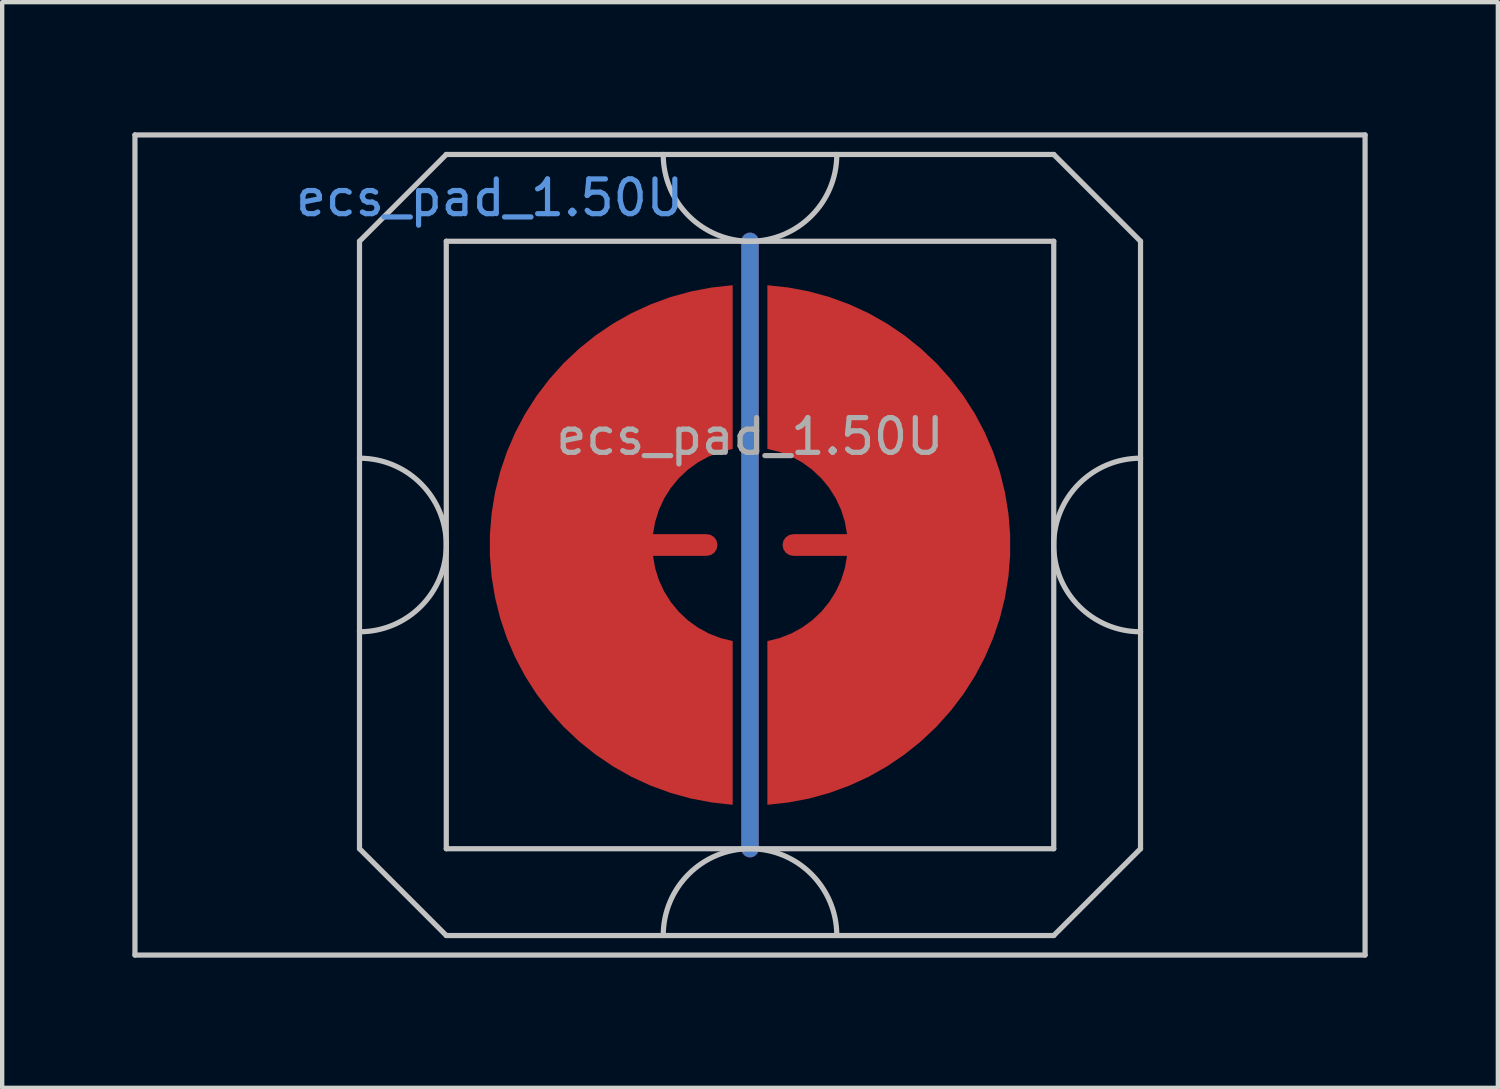
<source format=kicad_pcb>
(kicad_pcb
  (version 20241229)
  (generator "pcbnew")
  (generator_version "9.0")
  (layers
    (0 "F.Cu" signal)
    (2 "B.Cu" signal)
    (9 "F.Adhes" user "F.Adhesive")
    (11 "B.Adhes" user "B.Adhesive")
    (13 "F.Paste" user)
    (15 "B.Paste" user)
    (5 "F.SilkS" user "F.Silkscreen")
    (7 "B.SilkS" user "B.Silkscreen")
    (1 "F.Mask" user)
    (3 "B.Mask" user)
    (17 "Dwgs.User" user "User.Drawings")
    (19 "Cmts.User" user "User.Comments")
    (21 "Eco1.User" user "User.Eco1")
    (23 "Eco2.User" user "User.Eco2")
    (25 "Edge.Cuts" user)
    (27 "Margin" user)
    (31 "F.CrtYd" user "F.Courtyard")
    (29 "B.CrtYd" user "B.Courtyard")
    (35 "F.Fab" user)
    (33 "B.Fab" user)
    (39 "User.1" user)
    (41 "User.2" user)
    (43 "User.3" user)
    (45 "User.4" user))
  (footprint "ecs_pad_1.50U"
    (layer "F.Cu")
    (at 14.235 9.51)
    (property "Reference" "ecs_pad_1.50U" (at -6 -8 0) (layer "Cmts.User") (effects (font (size 0.8 0.8) (thickness 0.12))))
    (attr smd)
    (fp_line (start -14.175 -9.45) (end 14.175 -9.45) (stroke (width 0.12) (type solid)) (layer "Dwgs.User"))
    (fp_line (start -14.175 9.45) (end -14.175 -9.45) (stroke (width 0.12) (type solid)) (layer "Dwgs.User"))
    (fp_line (start -9 -7) (end -9 -2) (stroke (width 0.12) (type solid)) (layer "Dwgs.User"))
    (fp_line (start -9 -2) (end -9 2) (stroke (width 0.12) (type solid)) (layer "Dwgs.User"))
    (fp_line (start -9 2) (end -9 7) (stroke (width 0.12) (type solid)) (layer "Dwgs.User"))
    (fp_line (start -9 7) (end -7 9) (stroke (width 0.12) (type solid)) (layer "Dwgs.User"))
    (fp_line (start -7 -9) (end -9 -7) (stroke (width 0.12) (type solid)) (layer "Dwgs.User"))
    (fp_line (start -7 -7) (end -7 7) (stroke (width 0.12) (type solid)) (layer "Dwgs.User"))
    (fp_line (start -7 7) (end 7 7) (stroke (width 0.12) (type solid)) (layer "Dwgs.User"))
    (fp_line (start -7 9) (end 7 9) (stroke (width 0.12) (type solid)) (layer "Dwgs.User"))
    (fp_line (start 7 -9) (end -7 -9) (stroke (width 0.12) (type solid)) (layer "Dwgs.User"))
    (fp_line (start 7 -9) (end 9 -7) (stroke (width 0.12) (type solid)) (layer "Dwgs.User"))
    (fp_line (start 7 -7) (end -7 -7) (stroke (width 0.12) (type solid)) (layer "Dwgs.User"))
    (fp_line (start 7 7) (end 7 -7) (stroke (width 0.12) (type solid)) (layer "Dwgs.User"))
    (fp_line (start 7 9) (end 9 7) (stroke (width 0.12) (type solid)) (layer "Dwgs.User"))
    (fp_line (start 9 -2) (end 9 -7) (stroke (width 0.12) (type solid)) (layer "Dwgs.User"))
    (fp_line (start 9 -2) (end 9 2) (stroke (width 0.12) (type solid)) (layer "Dwgs.User"))
    (fp_line (start 9 7) (end 9 2) (stroke (width 0.12) (type solid)) (layer "Dwgs.User"))
    (fp_line (start 14.175 -9.45) (end 14.175 9.45) (stroke (width 0.12) (type solid)) (layer "Dwgs.User"))
    (fp_line (start 14.175 9.45) (end -14.175 9.45) (stroke (width 0.12) (type solid)) (layer "Dwgs.User"))
    (fp_arc (start -9 -2) (mid -7 0) (end -9 2) (stroke (width 0.12) (type solid)) (layer "Dwgs.User"))
    (fp_arc (start -2 9) (mid 0 7) (end 2 9) (stroke (width 0.12) (type solid)) (layer "Dwgs.User"))
    (fp_arc (start 2 -9) (mid 0 -7) (end -2 -9) (stroke (width 0.12) (type solid)) (layer "Dwgs.User"))
    (fp_arc (start 9 2) (mid 7 0) (end 9 -2) (stroke (width 0.12) (type solid)) (layer "Dwgs.User"))
    (fp_circle (center 0 0) (end 6.553 0) (stroke (width 0.12) (type solid)) (fill no) (layer "User.3"))
    (fp_text user "${REFERENCE}" (at 0 -2.5 0) (layer "F.Fab") (effects (font (size 0.8 0.8) (thickness 0.12))))
    (pad "1" smd custom (at -1 0) (size 0.4 0.4) (layers "F.Cu") (options (anchor circle)) (primitives (gr_poly (pts (xy 0.6 -2.214) (xy 0.32 -2.145) (xy 0.052 -2.041) (xy -0.201 -1.903) (xy -0.434 -1.734) (xy -0.644 -1.536) (xy -0.826 -1.314) (xy -0.979 -1.07) (xy -1.1 -0.808) (xy -1.186 -0.534) (xy -1.236 -0.25) (xy 0 -0.25) (xy 0.096 -0.231) (xy 0.177 -0.177) (xy 0.231 -0.096) (xy 0.25 0) (xy 0.231 0.096) (xy 0.177 0.177) (xy 0.096 0.231) (xy 0 0.25) (xy -1.236 0.25) (xy -1.186 0.534) (xy -1.1 0.808) (xy -0.979 1.07) (xy -0.826 1.314) (xy -0.644 1.536) (xy -0.434 1.734) (xy -0.201 1.903) (xy 0.052 2.041) (xy 0.32 2.145) (xy 0.6 2.214) (xy 0.6 5.987) (xy 0.115 5.934) (xy -0.364 5.843) (xy -0.834 5.713) (xy -1.292 5.545) (xy -1.735 5.341) (xy -2.159 5.101) (xy -2.563 4.827) (xy -2.943 4.522) (xy -3.298 4.187) (xy -3.623 3.824) (xy -3.919 3.436) (xy -4.182 3.025) (xy -4.41 2.594) (xy -4.603 2.147) (xy -4.759 1.684) (xy -4.876 1.211) (xy -4.955 0.73) (xy -4.995 0.244) (xy -4.995 -0.244) (xy -4.955 -0.73) (xy -4.876 -1.211) (xy -4.759 -1.684) (xy -4.603 -2.147) (xy -4.41 -2.594) (xy -4.182 -3.025) (xy -3.919 -3.436) (xy -3.623 -3.824) (xy -3.298 -4.187) (xy -2.943 -4.522) (xy -2.563 -4.827) (xy -2.159 -5.101) (xy -1.735 -5.341) (xy -1.292 -5.545) (xy -0.834 -5.713) (xy -0.364 -5.843) (xy 0.115 -5.934) (xy 0.6 -5.987)) (width 0) (fill yes))))
    (pad "2" smd custom (at 1 0 180) (size 0.4 0.4) (layers "F.Cu") (options (anchor circle)) (primitives (gr_poly (pts (xy 0.6 -2.214) (xy 0.32 -2.145) (xy 0.052 -2.041) (xy -0.201 -1.903) (xy -0.434 -1.734) (xy -0.644 -1.536) (xy -0.826 -1.314) (xy -0.979 -1.07) (xy -1.1 -0.808) (xy -1.186 -0.534) (xy -1.236 -0.25) (xy 0 -0.25) (xy 0.096 -0.231) (xy 0.177 -0.177) (xy 0.231 -0.096) (xy 0.25 0) (xy 0.231 0.096) (xy 0.177 0.177) (xy 0.096 0.231) (xy 0 0.25) (xy -1.236 0.25) (xy -1.186 0.534) (xy -1.1 0.808) (xy -0.979 1.07) (xy -0.826 1.314) (xy -0.644 1.536) (xy -0.434 1.734) (xy -0.201 1.903) (xy 0.052 2.041) (xy 0.32 2.145) (xy 0.6 2.214) (xy 0.6 5.987) (xy 0.115 5.934) (xy -0.364 5.843) (xy -0.834 5.713) (xy -1.292 5.545) (xy -1.735 5.341) (xy -2.159 5.101) (xy -2.563 4.827) (xy -2.943 4.522) (xy -3.298 4.187) (xy -3.623 3.824) (xy -3.919 3.436) (xy -4.182 3.025) (xy -4.41 2.594) (xy -4.603 2.147) (xy -4.759 1.684) (xy -4.876 1.211) (xy -4.955 0.73) (xy -4.995 0.244) (xy -4.995 -0.244) (xy -4.955 -0.73) (xy -4.876 -1.211) (xy -4.759 -1.684) (xy -4.603 -2.147) (xy -4.41 -2.594) (xy -4.182 -3.025) (xy -3.919 -3.436) (xy -3.623 -3.824) (xy -3.298 -4.187) (xy -2.943 -4.522) (xy -2.563 -4.827) (xy -2.159 -5.101) (xy -1.735 -5.341) (xy -1.292 -5.545) (xy -0.834 -5.713) (xy -0.364 -5.843) (xy 0.115 -5.934) (xy 0.6 -5.987)) (width 0) (fill yes))))
    (pad "3" smd custom (at 0 -7) (size 0.4 0.4) (layers "F.Cu") (options (anchor circle)) (primitives (gr_line (start 0 0) (end 0 14) (width 0.4))))
    (pad "3" smd custom (at 0 -7) (size 0.4 0.4) (layers "B.Cu") (options (anchor circle)) (primitives (gr_line (start 0 0) (end 0 14) (width 0.4))))
    (zone (net_name "") (layer "B.Cu") (hatch edge 0.508) (connect_pads) (min_thickness 0.254) (filled_areas_thickness no) (keepout (tracks allowed) (vias allowed) (pads allowed) (copperpour not_allowed) (footprints allowed)) (placement (enabled no)) (fill) (polygon (pts (xy 20.793 9.51) (xy 20.773 8.995) (xy 20.713 8.484) (xy 20.612 7.979) (xy 20.472 7.483) (xy 20.294 7) (xy 20.078 6.533) (xy 19.827 6.083) (xy 19.541 5.655) (xy 19.222 5.251) (xy 18.872 4.873) (xy 18.494 4.523) (xy 18.09 4.204) (xy 17.662 3.918) (xy 17.212 3.667) (xy 16.745 3.451) (xy 16.262 3.273) (xy 15.766 3.133) (xy 15.261 3.032) (xy 14.75 2.972) (xy 14.235 2.952) (xy 13.72 2.972) (xy 13.209 3.032) (xy 12.704 3.133) (xy 12.208 3.273) (xy 11.725 3.451) (xy 11.258 3.667) (xy 10.808 3.918) (xy 10.38 4.204) (xy 9.976 4.523) (xy 9.598 4.873) (xy 9.248 5.251) (xy 8.929 5.655) (xy 8.643 6.083) (xy 8.392 6.533) (xy 8.176 7) (xy 7.998 7.483) (xy 7.858 7.979) (xy 7.757 8.484) (xy 7.697 8.995) (xy 7.677 9.51) (xy 7.697 10.025) (xy 7.757 10.536) (xy 7.858 11.041) (xy 7.998 11.537) (xy 8.176 12.02) (xy 8.392 12.487) (xy 8.643 12.937) (xy 8.929 13.365) (xy 9.248 13.769) (xy 9.598 14.147) (xy 9.976 14.497) (xy 10.38 14.816) (xy 10.808 15.102) (xy 11.258 15.353) (xy 11.725 15.569) (xy 12.208 15.747) (xy 12.704 15.887) (xy 13.209 15.988) (xy 13.72 16.048) (xy 14.235 16.068) (xy 14.75 16.048) (xy 15.261 15.988) (xy 15.766 15.887) (xy 16.262 15.747) (xy 16.745 15.569) (xy 17.212 15.353) (xy 17.662 15.102) (xy 18.09 14.816) (xy 18.494 14.497) (xy 18.872 14.147) (xy 19.222 13.769) (xy 19.541 13.365) (xy 19.827 12.937) (xy 20.078 12.487) (xy 20.294 12.02) (xy 20.472 11.537) (xy 20.612 11.041) (xy 20.713 10.536) (xy 20.773 10.025)))))
  (gr_rect
    (start -3 -3)
    (end 31.47 22.02)
    (stroke (width 0.1) (type default))
    (fill no)
    (layer "Edge.Cuts")))
</source>
